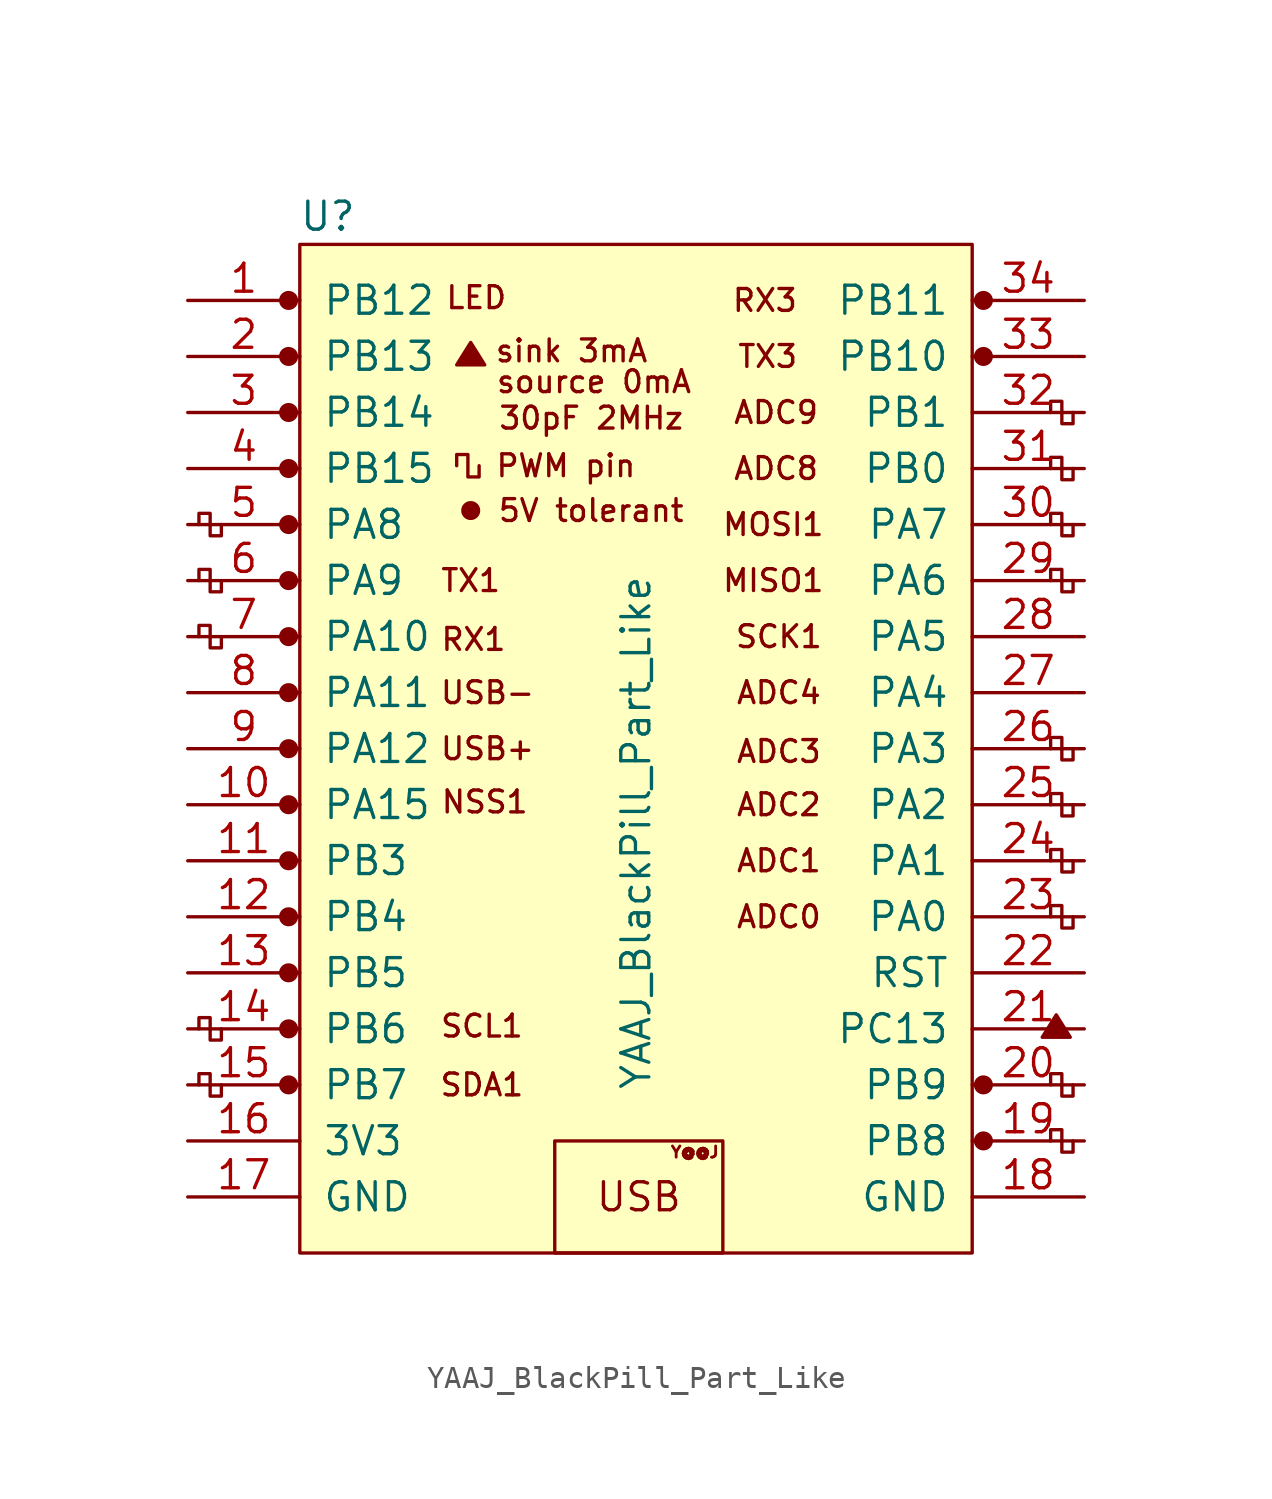
<source format=kicad_sym>
(kicad_symbol_lib
  (version 20220914)
  (generator kicad_symbol_editor)
  (symbol "YAAJ_BlackPill_Part_Like"
    (pin_names
      (offset 1.016))
    (property "Reference" "U"
      (at -13.97 24.13 0)
      (effects (font (size 1.27 1.27))))
    (property "Value" "YAAJ_BlackPill_Part_Like"
      (at 0 -3.81 90)
      (effects (font (size 1.27 1.27))))
    (symbol "YAAJ_BlackPill_Part_Like_0_0"
      (circle (center -15.748 -15.24) (radius 0.356) (stroke (width 0) (type solid)) (fill (type outline)))
      (circle (center -15.748 -12.7) (radius 0.356) (stroke (width 0) (type solid)) (fill (type outline)))
      (circle (center -15.748 -10.16) (radius 0.356) (stroke (width 0) (type solid)) (fill (type outline)))
      (circle (center -15.748 -7.62) (radius 0.356) (stroke (width 0) (type solid)) (fill (type outline)))
      (circle (center -15.748 -5.08) (radius 0.356) (stroke (width 0) (type solid)) (fill (type outline)))
      (circle (center -15.748 -2.54) (radius 0.356) (stroke (width 0) (type solid)) (fill (type outline)))
      (circle (center -15.748 0) (radius 0.356) (stroke (width 0) (type solid)) (fill (type outline)))
      (circle (center -15.748 2.54) (radius 0.356) (stroke (width 0) (type solid)) (fill (type outline)))
      (circle (center -15.748 5.08) (radius 0.356) (stroke (width 0) (type solid)) (fill (type outline)))
      (circle (center -15.748 7.62) (radius 0.356) (stroke (width 0) (type solid)) (fill (type outline)))
      (circle (center -15.748 10.16) (radius 0.356) (stroke (width 0) (type solid)) (fill (type outline)))
      (circle (center -15.748 12.7) (radius 0.356) (stroke (width 0) (type solid)) (fill (type outline)))
      (circle (center -15.748 15.24) (radius 0.356) (stroke (width 0) (type solid)) (fill (type outline)))
      (circle (center -15.748 20.32) (radius 0.356) (stroke (width 0) (type solid)) (fill (type outline)))
      (circle (center -7.493 10.795) (radius 0.127) (stroke (width 0) (type solid)) (fill (type outline)))
      (circle (center -7.493 10.795) (radius 0.254) (stroke (width 0) (type solid)) (fill (type none)))
      (circle (center -7.493 10.795) (radius 0.356) (stroke (width 0) (type solid)) (fill (type none)))
      (polyline (pts (xy -8.128 17.399) (xy -7.493 18.415) (xy -6.858 17.399) (xy -8.128 17.399) (xy -7.493 18.288) (xy -6.985 17.399) (xy -8.001 17.526) (xy -7.493 18.161) (xy -7.112 17.399) (xy -7.874 17.653) (xy -7.366 18.034) (xy -7.239 17.399) (xy -7.747 17.78) (xy -7.239 17.907) (xy -7.366 17.526) (xy -7.62 17.78) (xy -7.366 17.653) (xy -7.493 17.907)) (stroke (width 0) (type solid)) (fill (type none)))
      (polyline (pts (xy 18.415 -13.081) (xy 19.05 -12.065) (xy 19.685 -13.081) (xy 18.415 -13.081) (xy 19.05 -12.192) (xy 19.558 -13.081) (xy 18.542 -12.954) (xy 19.05 -12.319) (xy 19.431 -13.081) (xy 18.669 -12.827) (xy 19.177 -12.446) (xy 19.304 -13.081) (xy 18.796 -12.7) (xy 19.304 -12.573) (xy 19.177 -12.954) (xy 18.923 -12.7) (xy 19.177 -12.827) (xy 19.05 -12.573)) (stroke (width 0) (type solid)) (fill (type none)))
      (circle (center 15.748 -17.78) (radius 0.356) (stroke (width 0) (type solid)) (fill (type outline)))
      (circle (center 15.748 -15.24) (radius 0.356) (stroke (width 0) (type solid)) (fill (type outline)))
      (circle (center 15.748 17.78) (radius 0.254) (stroke (width 0) (type solid)) (fill (type outline)))
      (circle (center 15.748 17.78) (radius 0.356) (stroke (width 0) (type solid)) (fill (type none)))
      (circle (center 15.748 20.32) (radius 0.254) (stroke (width 0) (type solid)) (fill (type outline)))
      (circle (center 15.748 20.32) (radius 0.356) (stroke (width 0) (type solid)) (fill (type none)))
      (text "30pF 2MHz" (at -2.032 14.986 0) (effects (font (size 0.991 0.991))))
      (text "5V tolerant" (at -2.032 10.795 0) (effects (font (size 0.991 0.991))))
      (text "ADC0" (at 6.477 -7.62 0) (effects (font (size 0.991 0.991))))
      (text "ADC1" (at 6.477 -5.08 0) (effects (font (size 0.991 0.991))))
      (text "ADC2" (at 6.477 -2.54 0) (effects (font (size 0.991 0.991))))
      (text "ADC3" (at 6.477 -0.127 0) (effects (font (size 0.991 0.991))))
      (text "ADC4" (at 6.477 2.54 0) (effects (font (size 0.991 0.991))))
      (text "ADC8" (at 6.35 12.7 0) (effects (font (size 0.991 0.991))))
      (text "ADC9" (at 6.35 15.24 0) (effects (font (size 0.991 0.991))))
      (text "LED" (at -7.239 20.447 0) (effects (font (size 0.991 0.991))))
      (text "MISO1" (at 6.223 7.62 0) (effects (font (size 0.991 0.991))))
      (text "MOSI1" (at 6.223 10.16 0) (effects (font (size 0.991 0.991))))
      (text "NSS1" (at -6.858 -2.413 0) (effects (font (size 0.991 0.991))))
      (text "PWM pin" (at -3.175 12.827 0) (effects (font (size 0.991 0.991))))
      (text "RX1" (at -7.366 4.953 0) (effects (font (size 0.991 0.991))))
      (text "RX3" (at 5.842 20.32 0) (effects (font (size 0.991 0.991))))
      (text "SCK1" (at 6.477 5.08 0) (effects (font (size 0.991 0.991))))
      (text "SCL1" (at -6.985 -12.573 0) (effects (font (size 0.991 0.991))))
      (text "SDA1" (at -6.985 -15.24 0) (effects (font (size 0.991 0.991))))
      (text "sink 3mA" (at -2.921 18.034 0) (effects (font (size 0.991 0.991))))
      (text "source 0mA" (at -1.905 16.637 0) (effects (font (size 0.991 0.991))))
      (text "TX1" (at -7.493 7.62 0) (effects (font (size 0.991 0.991))))
      (text "TX3" (at 5.969 17.78 0) (effects (font (size 0.991 0.991))))
      (text "USB" (at 0.127 -20.32 0) (effects (font (size 1.27 1.27))))
      (text "USB+" (at -6.731 0 0) (effects (font (size 0.991 0.991))))
      (text "USB-" (at -6.731 2.54 0) (effects (font (size 0.991 0.991))))
      (text "Y@@J" (at 2.667 -18.288 0) (effects (font (size 0.508 0.508)))))
    (symbol "YAAJ_BlackPill_Part_Like_0_1"
      (rectangle (start -15.24 22.86) (end 15.24 -22.86) (stroke (width 0) (type solid)) (fill (type background)))
      (polyline (pts (xy -18.796 -15.24) (xy -18.796 -15.748) (xy -19.304 -15.748) (xy -19.304 -14.732) (xy -19.812 -14.732) (xy -19.812 -15.24)) (stroke (width 0) (type solid)) (fill (type none)))
      (polyline (pts (xy -18.796 -12.7) (xy -18.796 -13.208) (xy -19.304 -13.208) (xy -19.304 -12.192) (xy -19.812 -12.192) (xy -19.812 -12.7)) (stroke (width 0) (type solid)) (fill (type none)))
      (polyline (pts (xy -18.796 5.08) (xy -18.796 4.572) (xy -19.304 4.572) (xy -19.304 5.588) (xy -19.812 5.588) (xy -19.812 5.08)) (stroke (width 0) (type solid)) (fill (type none)))
      (polyline (pts (xy -18.796 7.62) (xy -18.796 7.112) (xy -19.304 7.112) (xy -19.304 8.128) (xy -19.812 8.128) (xy -19.812 7.62)) (stroke (width 0) (type solid)) (fill (type none)))
      (polyline (pts (xy -18.796 10.16) (xy -18.796 9.652) (xy -19.304 9.652) (xy -19.304 10.668) (xy -19.812 10.668) (xy -19.812 10.16)) (stroke (width 0) (type solid)) (fill (type none)))
      (polyline (pts (xy -7.112 12.827) (xy -7.112 12.319) (xy -7.62 12.319) (xy -7.62 13.335) (xy -8.128 13.335) (xy -8.128 12.827)) (stroke (width 0) (type solid)) (fill (type none)))
      (polyline (pts (xy 18.796 -17.78) (xy 18.796 -17.272) (xy 19.304 -17.272) (xy 19.304 -18.288) (xy 19.812 -18.288) (xy 19.812 -17.78)) (stroke (width 0) (type solid)) (fill (type none)))
      (polyline (pts (xy 18.796 -15.24) (xy 18.796 -14.732) (xy 19.304 -14.732) (xy 19.304 -15.748) (xy 19.812 -15.748) (xy 19.812 -15.24)) (stroke (width 0) (type solid)) (fill (type none)))
      (polyline (pts (xy 19.812 -7.62) (xy 19.812 -8.128) (xy 19.304 -8.128) (xy 19.304 -7.112) (xy 18.796 -7.112) (xy 18.796 -7.62)) (stroke (width 0) (type solid)) (fill (type none)))
      (polyline (pts (xy 19.812 -5.08) (xy 19.812 -5.588) (xy 19.304 -5.588) (xy 19.304 -4.572) (xy 18.796 -4.572) (xy 18.796 -5.08)) (stroke (width 0) (type solid)) (fill (type none)))
      (polyline (pts (xy 19.812 -2.54) (xy 19.812 -3.048) (xy 19.304 -3.048) (xy 19.304 -2.032) (xy 18.796 -2.032) (xy 18.796 -2.54)) (stroke (width 0) (type solid)) (fill (type none)))
      (polyline (pts (xy 19.812 0) (xy 19.812 -0.508) (xy 19.304 -0.508) (xy 19.304 0.508) (xy 18.796 0.508) (xy 18.796 0)) (stroke (width 0) (type solid)) (fill (type none)))
      (polyline (pts (xy 19.812 7.62) (xy 19.812 7.112) (xy 19.304 7.112) (xy 19.304 8.128) (xy 18.796 8.128) (xy 18.796 7.62)) (stroke (width 0) (type solid)) (fill (type none)))
      (polyline (pts (xy 19.812 10.16) (xy 19.812 9.652) (xy 19.304 9.652) (xy 19.304 10.668) (xy 18.796 10.668) (xy 18.796 10.16)) (stroke (width 0) (type solid)) (fill (type none)))
      (polyline (pts (xy 19.812 12.7) (xy 19.812 12.192) (xy 19.304 12.192) (xy 19.304 13.208) (xy 18.796 13.208) (xy 18.796 12.7)) (stroke (width 0) (type solid)) (fill (type none)))
      (polyline (pts (xy 19.812 15.24) (xy 19.812 14.732) (xy 19.304 14.732) (xy 19.304 15.748) (xy 18.796 15.748) (xy 18.796 15.24)) (stroke (width 0) (type solid)) (fill (type none)))
      (rectangle (start 3.937 -17.78) (end -3.683 -22.86) (stroke (width 0) (type solid)) (fill (type none))))
    (symbol "YAAJ_BlackPill_Part_Like_1_1"
      (circle (center -15.748 17.78) (radius 0.356) (stroke (width 0) (type solid)) (fill (type outline)))
      (pin bidirectional line (at -20.32 20.32 0) (length 5.08) (name "PB12" (effects (font (size 1.27 1.27)))) (number "1" (effects (font (size 1.27 1.27)))))
      (pin bidirectional line (at -20.32 -2.54 0) (length 5.08) (name "PA15" (effects (font (size 1.27 1.27)))) (number "10" (effects (font (size 1.27 1.27)))))
      (pin bidirectional line (at -20.32 -5.08 0) (length 5.08) (name "PB3" (effects (font (size 1.27 1.27)))) (number "11" (effects (font (size 1.27 1.27)))))
      (pin bidirectional line (at -20.32 -7.62 0) (length 5.08) (name "PB4" (effects (font (size 1.27 1.27)))) (number "12" (effects (font (size 1.27 1.27)))))
      (pin bidirectional line (at -20.32 -10.16 0) (length 5.08) (name "PB5" (effects (font (size 1.27 1.27)))) (number "13" (effects (font (size 1.27 1.27)))))
      (pin bidirectional line (at -20.32 -12.7 0) (length 5.08) (name "PB6" (effects (font (size 1.27 1.27)))) (number "14" (effects (font (size 1.27 1.27)))))
      (pin bidirectional line (at -20.32 -15.24 0) (length 5.08) (name "PB7" (effects (font (size 1.27 1.27)))) (number "15" (effects (font (size 1.27 1.27)))))
      (pin power_in line (at -20.32 -17.78 0) (length 5.08) (name "3V3" (effects (font (size 1.27 1.27)))) (number "16" (effects (font (size 1.27 1.27)))))
      (pin power_in line (at -20.32 -20.32 0) (length 5.08) (name "GND" (effects (font (size 1.27 1.27)))) (number "17" (effects (font (size 1.27 1.27)))))
      (pin power_in line (at 20.32 -20.32 180) (length 5.08) (name "GND" (effects (font (size 1.27 1.27)))) (number "18" (effects (font (size 1.27 1.27)))))
      (pin bidirectional line (at 20.32 -17.78 180) (length 5.08) (name "PB8" (effects (font (size 1.27 1.27)))) (number "19" (effects (font (size 1.27 1.27)))))
      (pin bidirectional line (at -20.32 17.78 0) (length 5.08) (name "PB13" (effects (font (size 1.27 1.27)))) (number "2" (effects (font (size 1.27 1.27)))))
      (pin bidirectional line (at 20.32 -15.24 180) (length 5.08) (name "PB9" (effects (font (size 1.27 1.27)))) (number "20" (effects (font (size 1.27 1.27)))))
      (pin bidirectional line (at 20.32 -12.7 180) (length 5.08) (name "PC13" (effects (font (size 1.27 1.27)))) (number "21" (effects (font (size 1.27 1.27)))))
      (pin input line (at 20.32 -10.16 180) (length 5.08) (name "RST" (effects (font (size 1.27 1.27)))) (number "22" (effects (font (size 1.27 1.27)))))
      (pin bidirectional line (at 20.32 -7.62 180) (length 5.08) (name "PA0" (effects (font (size 1.27 1.27)))) (number "23" (effects (font (size 1.27 1.27)))))
      (pin bidirectional line (at 20.32 -5.08 180) (length 5.08) (name "PA1" (effects (font (size 1.27 1.27)))) (number "24" (effects (font (size 1.27 1.27)))))
      (pin bidirectional line (at 20.32 -2.54 180) (length 5.08) (name "PA2" (effects (font (size 1.27 1.27)))) (number "25" (effects (font (size 1.27 1.27)))))
      (pin bidirectional line (at 20.32 0 180) (length 5.08) (name "PA3" (effects (font (size 1.27 1.27)))) (number "26" (effects (font (size 1.27 1.27)))))
      (pin bidirectional line (at 20.32 2.54 180) (length 5.08) (name "PA4" (effects (font (size 1.27 1.27)))) (number "27" (effects (font (size 1.27 1.27)))))
      (pin bidirectional line (at 20.32 5.08 180) (length 5.08) (name "PA5" (effects (font (size 1.27 1.27)))) (number "28" (effects (font (size 1.27 1.27)))))
      (pin bidirectional line (at 20.32 7.62 180) (length 5.08) (name "PA6" (effects (font (size 1.27 1.27)))) (number "29" (effects (font (size 1.27 1.27)))))
      (pin bidirectional line (at -20.32 15.24 0) (length 5.08) (name "PB14" (effects (font (size 1.27 1.27)))) (number "3" (effects (font (size 1.27 1.27)))))
      (pin bidirectional line (at 20.32 10.16 180) (length 5.08) (name "PA7" (effects (font (size 1.27 1.27)))) (number "30" (effects (font (size 1.27 1.27)))))
      (pin bidirectional line (at 20.32 12.7 180) (length 5.08) (name "PB0" (effects (font (size 1.27 1.27)))) (number "31" (effects (font (size 1.27 1.27)))))
      (pin bidirectional line (at 20.32 15.24 180) (length 5.08) (name "PB1" (effects (font (size 1.27 1.27)))) (number "32" (effects (font (size 1.27 1.27)))))
      (pin bidirectional line (at 20.32 17.78 180) (length 5.08) (name "PB10" (effects (font (size 1.27 1.27)))) (number "33" (effects (font (size 1.27 1.27)))))
      (pin bidirectional line (at 20.32 20.32 180) (length 5.08) (name "PB11" (effects (font (size 1.27 1.27)))) (number "34" (effects (font (size 1.27 1.27)))))
      (pin bidirectional line (at -20.32 12.7 0) (length 5.08) (name "PB15" (effects (font (size 1.27 1.27)))) (number "4" (effects (font (size 1.27 1.27)))))
      (pin bidirectional line (at -20.32 10.16 0) (length 5.08) (name "PA8" (effects (font (size 1.27 1.27)))) (number "5" (effects (font (size 1.27 1.27)))))
      (pin bidirectional line (at -20.32 7.62 0) (length 5.08) (name "PA9" (effects (font (size 1.27 1.27)))) (number "6" (effects (font (size 1.27 1.27)))))
      (pin bidirectional line (at -20.32 5.08 0) (length 5.08) (name "PA10" (effects (font (size 1.27 1.27)))) (number "7" (effects (font (size 1.27 1.27)))))
      (pin bidirectional line (at -20.32 2.54 0) (length 5.08) (name "PA11" (effects (font (size 1.27 1.27)))) (number "8" (effects (font (size 1.27 1.27)))))
      (pin bidirectional line (at -20.32 0 0) (length 5.08) (name "PA12" (effects (font (size 1.27 1.27)))) (number "9" (effects (font (size 1.27 1.27))))))))
</source>
